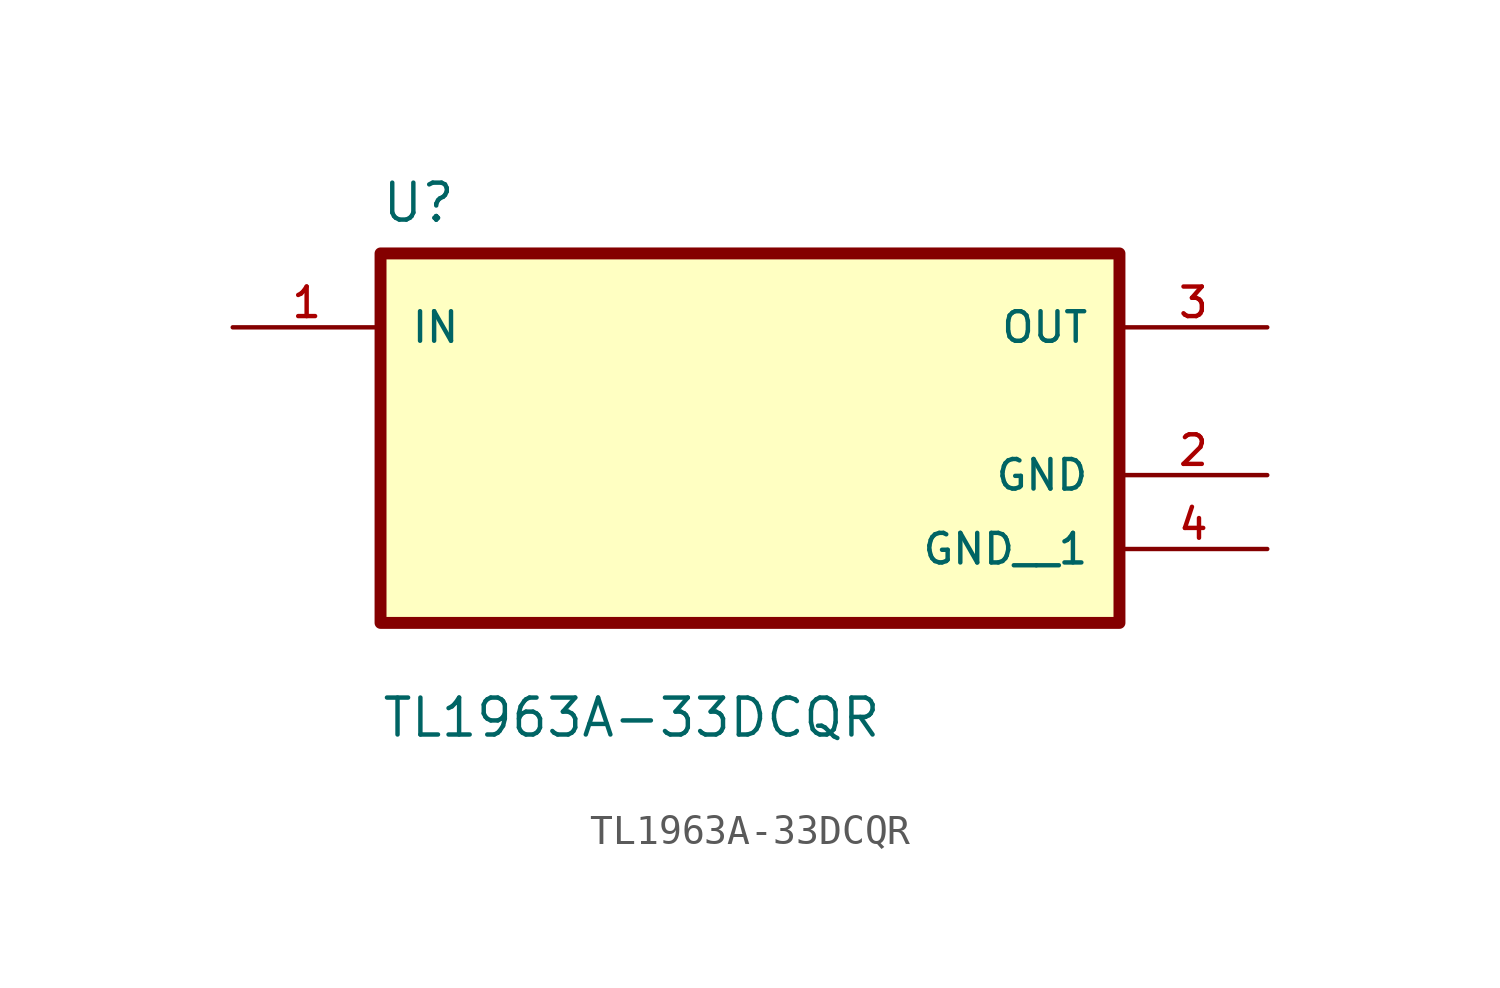
<source format=kicad_sym>
(kicad_symbol_lib
  (version 20211014)
  (generator kicad_symbol_editor)
  (symbol "TL1963A-33DCQR"
    (pin_names
      (offset 1.016))
    (property "Reference" "U"
      (at -12.7 6.08 0.0)
      (effects (font (size 1.27 1.27)) (justify bottom left)))
    (property "Value" "TL1963A-33DCQR"
      (at -12.7 -11.62 0.0)
      (effects (font (size 1.27 1.27)) (justify bottom left)))
    (symbol "TL1963A-33DCQR_0_0"
      (rectangle (start -12.7 -7.62) (end 12.7 5.08) (stroke (width 0.41)) (fill (type background)))
      (pin input line (at -17.78 2.54 0) (length 5.08) (name "IN" (effects (font (size 1.016 1.016)))) (number "1" (effects (font (size 1.016 1.016)))))
      (pin output line (at 17.78 2.54 180.0) (length 5.08) (name "OUT" (effects (font (size 1.016 1.016)))) (number "3" (effects (font (size 1.016 1.016)))))
      (pin power_in line (at 17.78 -2.54 180.0) (length 5.08) (name "GND" (effects (font (size 1.016 1.016)))) (number "2" (effects (font (size 1.016 1.016)))))
      (pin power_in line (at 17.78 -5.08 180.0) (length 5.08) (name "GND__1" (effects (font (size 1.016 1.016)))) (number "4" (effects (font (size 1.016 1.016))))))))
</source>
